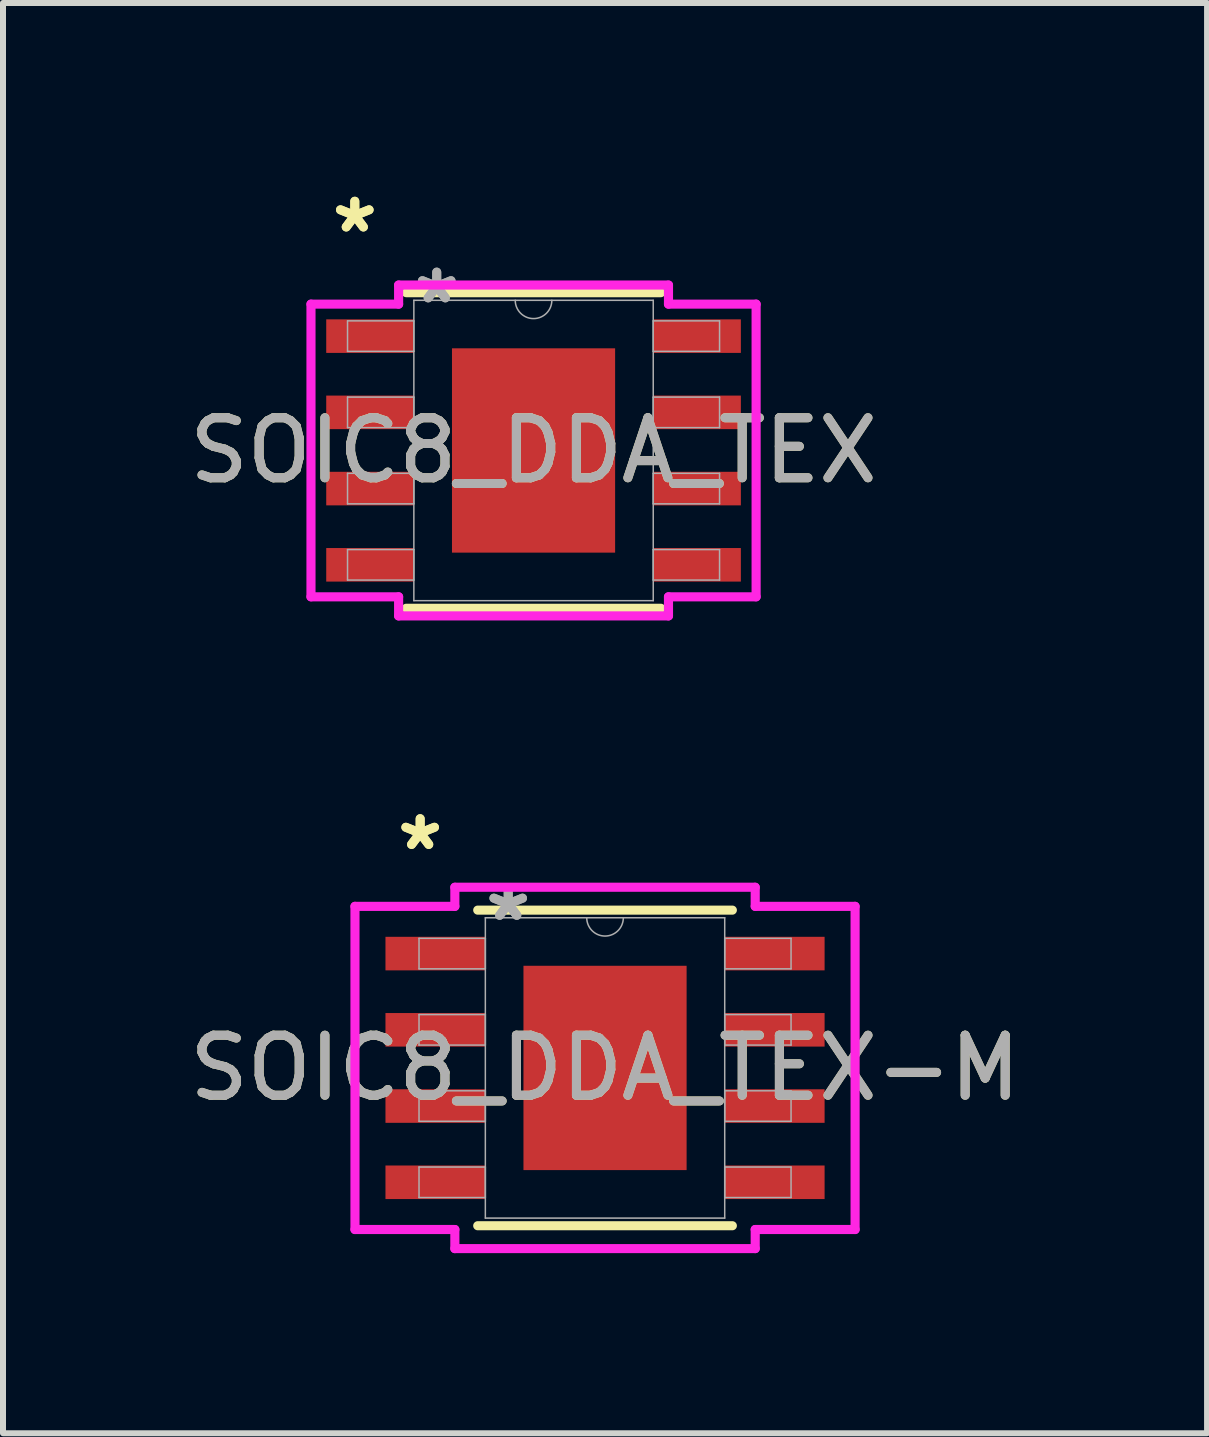
<source format=kicad_pcb>
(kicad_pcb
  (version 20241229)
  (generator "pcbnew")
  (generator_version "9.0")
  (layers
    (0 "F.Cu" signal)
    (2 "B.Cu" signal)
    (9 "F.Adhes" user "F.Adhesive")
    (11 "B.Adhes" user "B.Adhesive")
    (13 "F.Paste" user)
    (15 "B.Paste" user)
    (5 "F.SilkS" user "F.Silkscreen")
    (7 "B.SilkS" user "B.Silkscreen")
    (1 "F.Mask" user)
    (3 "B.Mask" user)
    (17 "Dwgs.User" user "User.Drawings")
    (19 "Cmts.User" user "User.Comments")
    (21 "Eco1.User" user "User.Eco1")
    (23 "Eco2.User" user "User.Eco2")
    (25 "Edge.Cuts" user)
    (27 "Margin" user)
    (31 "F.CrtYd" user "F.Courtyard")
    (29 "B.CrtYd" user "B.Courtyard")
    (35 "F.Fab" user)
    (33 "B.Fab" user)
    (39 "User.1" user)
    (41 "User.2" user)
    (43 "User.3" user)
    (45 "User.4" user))
  (footprint "SOIC8_DDA_TEX-M"
    (layer "F.Cu")
    (at 7.03 14.742)
    (property "Reference" "SOIC8_DDA_TEX-M" (at 0 0 0) (unlocked yes) (layer "F.SilkS") (effects (font (size 1 1) (thickness 0.15))))
    (attr smd)
    (fp_line (start -2.121 2.629) (end 2.121 2.629) (stroke (width 0.152) (type solid)) (layer "F.SilkS"))
    (fp_line (start 2.121 -2.629) (end -2.121 -2.629) (stroke (width 0.152) (type solid)) (layer "F.SilkS"))
    (fp_poly (pts (xy -1.259 -1.602) (xy -1.259 -0.1) (xy -0.1 -0.1) (xy -0.1 -1.602)) (stroke (width 0) (type solid)) (fill yes) (layer "F.Paste"))
    (fp_poly (pts (xy -1.259 0.1) (xy -1.259 1.602) (xy -0.1 1.602) (xy -0.1 0.1)) (stroke (width 0) (type solid)) (fill yes) (layer "F.Paste"))
    (fp_poly (pts (xy 0.1 -1.602) (xy 0.1 -0.1) (xy 1.259 -0.1) (xy 1.259 -1.602)) (stroke (width 0) (type solid)) (fill yes) (layer "F.Paste"))
    (fp_poly (pts (xy 0.1 0.1) (xy 0.1 1.602) (xy 1.259 1.602) (xy 1.259 0.1)) (stroke (width 0) (type solid)) (fill yes) (layer "F.Paste"))
    (fp_line (start -4.166 -2.692) (end -2.502 -2.692) (stroke (width 0.152) (type solid)) (layer "F.CrtYd"))
    (fp_line (start -4.166 2.692) (end -4.166 -2.692) (stroke (width 0.152) (type solid)) (layer "F.CrtYd"))
    (fp_line (start -4.166 2.692) (end -2.502 2.692) (stroke (width 0.152) (type solid)) (layer "F.CrtYd"))
    (fp_line (start -2.502 -3.01) (end 2.502 -3.01) (stroke (width 0.152) (type solid)) (layer "F.CrtYd"))
    (fp_line (start -2.502 -2.692) (end -2.502 -3.01) (stroke (width 0.152) (type solid)) (layer "F.CrtYd"))
    (fp_line (start -2.502 3.01) (end -2.502 2.692) (stroke (width 0.152) (type solid)) (layer "F.CrtYd"))
    (fp_line (start 2.502 -3.01) (end 2.502 -2.692) (stroke (width 0.152) (type solid)) (layer "F.CrtYd"))
    (fp_line (start 2.502 2.692) (end 2.502 3.01) (stroke (width 0.152) (type solid)) (layer "F.CrtYd"))
    (fp_line (start 2.502 3.01) (end -2.502 3.01) (stroke (width 0.152) (type solid)) (layer "F.CrtYd"))
    (fp_line (start 4.166 -2.692) (end 2.502 -2.692) (stroke (width 0.152) (type solid)) (layer "F.CrtYd"))
    (fp_line (start 4.166 -2.692) (end 4.166 2.692) (stroke (width 0.152) (type solid)) (layer "F.CrtYd"))
    (fp_line (start 4.166 2.692) (end 2.502 2.692) (stroke (width 0.152) (type solid)) (layer "F.CrtYd"))
    (fp_line (start -3.099 -2.159) (end -3.099 -1.651) (stroke (width 0.025) (type solid)) (layer "F.Fab"))
    (fp_line (start -3.099 -1.651) (end -1.994 -1.651) (stroke (width 0.025) (type solid)) (layer "F.Fab"))
    (fp_line (start -3.099 -0.889) (end -3.099 -0.381) (stroke (width 0.025) (type solid)) (layer "F.Fab"))
    (fp_line (start -3.099 -0.381) (end -1.994 -0.381) (stroke (width 0.025) (type solid)) (layer "F.Fab"))
    (fp_line (start -3.099 0.381) (end -3.099 0.889) (stroke (width 0.025) (type solid)) (layer "F.Fab"))
    (fp_line (start -3.099 0.889) (end -1.994 0.889) (stroke (width 0.025) (type solid)) (layer "F.Fab"))
    (fp_line (start -3.099 1.651) (end -3.099 2.159) (stroke (width 0.025) (type solid)) (layer "F.Fab"))
    (fp_line (start -3.099 2.159) (end -1.994 2.159) (stroke (width 0.025) (type solid)) (layer "F.Fab"))
    (fp_line (start -1.994 -2.502) (end -1.994 2.502) (stroke (width 0.025) (type solid)) (layer "F.Fab"))
    (fp_line (start -1.994 -2.159) (end -3.099 -2.159) (stroke (width 0.025) (type solid)) (layer "F.Fab"))
    (fp_line (start -1.994 -1.651) (end -1.994 -2.159) (stroke (width 0.025) (type solid)) (layer "F.Fab"))
    (fp_line (start -1.994 -0.889) (end -3.099 -0.889) (stroke (width 0.025) (type solid)) (layer "F.Fab"))
    (fp_line (start -1.994 -0.381) (end -1.994 -0.889) (stroke (width 0.025) (type solid)) (layer "F.Fab"))
    (fp_line (start -1.994 0.381) (end -3.099 0.381) (stroke (width 0.025) (type solid)) (layer "F.Fab"))
    (fp_line (start -1.994 0.889) (end -1.994 0.381) (stroke (width 0.025) (type solid)) (layer "F.Fab"))
    (fp_line (start -1.994 1.651) (end -3.099 1.651) (stroke (width 0.025) (type solid)) (layer "F.Fab"))
    (fp_line (start -1.994 2.159) (end -1.994 1.651) (stroke (width 0.025) (type solid)) (layer "F.Fab"))
    (fp_line (start -1.994 2.502) (end 1.994 2.502) (stroke (width 0.025) (type solid)) (layer "F.Fab"))
    (fp_line (start 1.994 -2.502) (end -1.994 -2.502) (stroke (width 0.025) (type solid)) (layer "F.Fab"))
    (fp_line (start 1.994 -2.159) (end 1.994 -1.651) (stroke (width 0.025) (type solid)) (layer "F.Fab"))
    (fp_line (start 1.994 -1.651) (end 3.099 -1.651) (stroke (width 0.025) (type solid)) (layer "F.Fab"))
    (fp_line (start 1.994 -0.889) (end 1.994 -0.381) (stroke (width 0.025) (type solid)) (layer "F.Fab"))
    (fp_line (start 1.994 -0.381) (end 3.099 -0.381) (stroke (width 0.025) (type solid)) (layer "F.Fab"))
    (fp_line (start 1.994 0.381) (end 1.994 0.889) (stroke (width 0.025) (type solid)) (layer "F.Fab"))
    (fp_line (start 1.994 0.889) (end 3.099 0.889) (stroke (width 0.025) (type solid)) (layer "F.Fab"))
    (fp_line (start 1.994 1.651) (end 1.994 2.159) (stroke (width 0.025) (type solid)) (layer "F.Fab"))
    (fp_line (start 1.994 2.159) (end 3.099 2.159) (stroke (width 0.025) (type solid)) (layer "F.Fab"))
    (fp_line (start 1.994 2.502) (end 1.994 -2.502) (stroke (width 0.025) (type solid)) (layer "F.Fab"))
    (fp_line (start 3.099 -2.159) (end 1.994 -2.159) (stroke (width 0.025) (type solid)) (layer "F.Fab"))
    (fp_line (start 3.099 -1.651) (end 3.099 -2.159) (stroke (width 0.025) (type solid)) (layer "F.Fab"))
    (fp_line (start 3.099 -0.889) (end 1.994 -0.889) (stroke (width 0.025) (type solid)) (layer "F.Fab"))
    (fp_line (start 3.099 -0.381) (end 3.099 -0.889) (stroke (width 0.025) (type solid)) (layer "F.Fab"))
    (fp_line (start 3.099 0.381) (end 1.994 0.381) (stroke (width 0.025) (type solid)) (layer "F.Fab"))
    (fp_line (start 3.099 0.889) (end 3.099 0.381) (stroke (width 0.025) (type solid)) (layer "F.Fab"))
    (fp_line (start 3.099 1.651) (end 1.994 1.651) (stroke (width 0.025) (type solid)) (layer "F.Fab"))
    (fp_line (start 3.099 2.159) (end 3.099 1.651) (stroke (width 0.025) (type solid)) (layer "F.Fab"))
    (fp_arc (start 0.3048 -2.5019) (mid 0 -2.1971) (end -0.3048 -2.5019) (stroke (width 0.0254) (type solid)) (layer "F.Fab"))
    (fp_text user "*" (at -3.08 -3.607 0) (unlocked yes) (layer "F.SilkS") (effects (font (size 1 1) (thickness 0.15))))
    (fp_text user "*" (at -3.08 -3.607 0) (layer "F.SilkS") (effects (font (size 1 1) (thickness 0.15))))
    (fp_text user "${REFERENCE}" (at 0 0 0) (unlocked yes) (layer "F.Fab") (effects (font (size 1 1) (thickness 0.15))))
    (fp_text user "*" (at -1.613 -2.426 0) (unlocked yes) (layer "F.Fab") (effects (font (size 1 1) (thickness 0.15))))
    (fp_text user "*" (at -1.613 -2.426 0) (layer "F.Fab") (effects (font (size 1 1) (thickness 0.15))))
    (pad "1" smd rect (at -2.826 -1.905) (size 1.664 0.559) (layers "F.Cu" "F.Mask" "F.Paste"))
    (pad "2" smd rect (at -2.826 -0.635) (size 1.664 0.559) (layers "F.Cu" "F.Mask" "F.Paste"))
    (pad "3" smd rect (at -2.826 0.635) (size 1.664 0.559) (layers "F.Cu" "F.Mask" "F.Paste"))
    (pad "4" smd rect (at -2.826 1.905) (size 1.664 0.559) (layers "F.Cu" "F.Mask" "F.Paste"))
    (pad "5" smd rect (at 2.826 1.905) (size 1.664 0.559) (layers "F.Cu" "F.Mask" "F.Paste"))
    (pad "6" smd rect (at 2.826 0.635) (size 1.664 0.559) (layers "F.Cu" "F.Mask" "F.Paste"))
    (pad "7" smd rect (at 2.826 -0.635) (size 1.664 0.559) (layers "F.Cu" "F.Mask" "F.Paste"))
    (pad "8" smd rect (at 2.826 -1.905) (size 1.664 0.559) (layers "F.Cu" "F.Mask" "F.Paste"))
    (pad "EPAD" smd rect (at 0 0) (size 2.718 3.404) (layers "F.Cu" "F.Mask")))
  (footprint "SOIC8_DDA_TEX"
    (layer "F.Cu")
    (at 5.839 4.455)
    (property "Reference" "SOIC8_DDA_TEX" (at 0 0 0) (unlocked yes) (layer "F.SilkS") (effects (font (size 1 1) (thickness 0.15))))
    (attr smd)
    (fp_line (start -2.121 2.629) (end 2.121 2.629) (stroke (width 0.152) (type solid)) (layer "F.SilkS"))
    (fp_line (start 2.121 -2.629) (end -2.121 -2.629) (stroke (width 0.152) (type solid)) (layer "F.SilkS"))
    (fp_poly (pts (xy -1.259 -1.602) (xy -1.259 -0.1) (xy -0.1 -0.1) (xy -0.1 -1.602)) (stroke (width 0) (type solid)) (fill yes) (layer "F.Paste"))
    (fp_poly (pts (xy -1.259 0.1) (xy -1.259 1.602) (xy -0.1 1.602) (xy -0.1 0.1)) (stroke (width 0) (type solid)) (fill yes) (layer "F.Paste"))
    (fp_poly (pts (xy 0.1 -1.602) (xy 0.1 -0.1) (xy 1.259 -0.1) (xy 1.259 -1.602)) (stroke (width 0) (type solid)) (fill yes) (layer "F.Paste"))
    (fp_poly (pts (xy 0.1 0.1) (xy 0.1 1.602) (xy 1.259 1.602) (xy 1.259 0.1)) (stroke (width 0) (type solid)) (fill yes) (layer "F.Paste"))
    (fp_line (start -3.708 -2.438) (end -2.248 -2.438) (stroke (width 0.152) (type solid)) (layer "F.CrtYd"))
    (fp_line (start -3.708 2.438) (end -3.708 -2.438) (stroke (width 0.152) (type solid)) (layer "F.CrtYd"))
    (fp_line (start -3.708 2.438) (end -2.248 2.438) (stroke (width 0.152) (type solid)) (layer "F.CrtYd"))
    (fp_line (start -2.248 -2.756) (end 2.248 -2.756) (stroke (width 0.152) (type solid)) (layer "F.CrtYd"))
    (fp_line (start -2.248 -2.438) (end -2.248 -2.756) (stroke (width 0.152) (type solid)) (layer "F.CrtYd"))
    (fp_line (start -2.248 2.756) (end -2.248 2.438) (stroke (width 0.152) (type solid)) (layer "F.CrtYd"))
    (fp_line (start 2.248 -2.756) (end 2.248 -2.438) (stroke (width 0.152) (type solid)) (layer "F.CrtYd"))
    (fp_line (start 2.248 2.438) (end 2.248 2.756) (stroke (width 0.152) (type solid)) (layer "F.CrtYd"))
    (fp_line (start 2.248 2.756) (end -2.248 2.756) (stroke (width 0.152) (type solid)) (layer "F.CrtYd"))
    (fp_line (start 3.708 -2.438) (end 2.248 -2.438) (stroke (width 0.152) (type solid)) (layer "F.CrtYd"))
    (fp_line (start 3.708 -2.438) (end 3.708 2.438) (stroke (width 0.152) (type solid)) (layer "F.CrtYd"))
    (fp_line (start 3.708 2.438) (end 2.248 2.438) (stroke (width 0.152) (type solid)) (layer "F.CrtYd"))
    (fp_line (start -3.099 -2.159) (end -3.099 -1.651) (stroke (width 0.025) (type solid)) (layer "F.Fab"))
    (fp_line (start -3.099 -1.651) (end -1.994 -1.651) (stroke (width 0.025) (type solid)) (layer "F.Fab"))
    (fp_line (start -3.099 -0.889) (end -3.099 -0.381) (stroke (width 0.025) (type solid)) (layer "F.Fab"))
    (fp_line (start -3.099 -0.381) (end -1.994 -0.381) (stroke (width 0.025) (type solid)) (layer "F.Fab"))
    (fp_line (start -3.099 0.381) (end -3.099 0.889) (stroke (width 0.025) (type solid)) (layer "F.Fab"))
    (fp_line (start -3.099 0.889) (end -1.994 0.889) (stroke (width 0.025) (type solid)) (layer "F.Fab"))
    (fp_line (start -3.099 1.651) (end -3.099 2.159) (stroke (width 0.025) (type solid)) (layer "F.Fab"))
    (fp_line (start -3.099 2.159) (end -1.994 2.159) (stroke (width 0.025) (type solid)) (layer "F.Fab"))
    (fp_line (start -1.994 -2.502) (end -1.994 2.502) (stroke (width 0.025) (type solid)) (layer "F.Fab"))
    (fp_line (start -1.994 -2.159) (end -3.099 -2.159) (stroke (width 0.025) (type solid)) (layer "F.Fab"))
    (fp_line (start -1.994 -1.651) (end -1.994 -2.159) (stroke (width 0.025) (type solid)) (layer "F.Fab"))
    (fp_line (start -1.994 -0.889) (end -3.099 -0.889) (stroke (width 0.025) (type solid)) (layer "F.Fab"))
    (fp_line (start -1.994 -0.381) (end -1.994 -0.889) (stroke (width 0.025) (type solid)) (layer "F.Fab"))
    (fp_line (start -1.994 0.381) (end -3.099 0.381) (stroke (width 0.025) (type solid)) (layer "F.Fab"))
    (fp_line (start -1.994 0.889) (end -1.994 0.381) (stroke (width 0.025) (type solid)) (layer "F.Fab"))
    (fp_line (start -1.994 1.651) (end -3.099 1.651) (stroke (width 0.025) (type solid)) (layer "F.Fab"))
    (fp_line (start -1.994 2.159) (end -1.994 1.651) (stroke (width 0.025) (type solid)) (layer "F.Fab"))
    (fp_line (start -1.994 2.502) (end 1.994 2.502) (stroke (width 0.025) (type solid)) (layer "F.Fab"))
    (fp_line (start 1.994 -2.502) (end -1.994 -2.502) (stroke (width 0.025) (type solid)) (layer "F.Fab"))
    (fp_line (start 1.994 -2.159) (end 1.994 -1.651) (stroke (width 0.025) (type solid)) (layer "F.Fab"))
    (fp_line (start 1.994 -1.651) (end 3.099 -1.651) (stroke (width 0.025) (type solid)) (layer "F.Fab"))
    (fp_line (start 1.994 -0.889) (end 1.994 -0.381) (stroke (width 0.025) (type solid)) (layer "F.Fab"))
    (fp_line (start 1.994 -0.381) (end 3.099 -0.381) (stroke (width 0.025) (type solid)) (layer "F.Fab"))
    (fp_line (start 1.994 0.381) (end 1.994 0.889) (stroke (width 0.025) (type solid)) (layer "F.Fab"))
    (fp_line (start 1.994 0.889) (end 3.099 0.889) (stroke (width 0.025) (type solid)) (layer "F.Fab"))
    (fp_line (start 1.994 1.651) (end 1.994 2.159) (stroke (width 0.025) (type solid)) (layer "F.Fab"))
    (fp_line (start 1.994 2.159) (end 3.099 2.159) (stroke (width 0.025) (type solid)) (layer "F.Fab"))
    (fp_line (start 1.994 2.502) (end 1.994 -2.502) (stroke (width 0.025) (type solid)) (layer "F.Fab"))
    (fp_line (start 3.099 -2.159) (end 1.994 -2.159) (stroke (width 0.025) (type solid)) (layer "F.Fab"))
    (fp_line (start 3.099 -1.651) (end 3.099 -2.159) (stroke (width 0.025) (type solid)) (layer "F.Fab"))
    (fp_line (start 3.099 -0.889) (end 1.994 -0.889) (stroke (width 0.025) (type solid)) (layer "F.Fab"))
    (fp_line (start 3.099 -0.381) (end 3.099 -0.889) (stroke (width 0.025) (type solid)) (layer "F.Fab"))
    (fp_line (start 3.099 0.381) (end 1.994 0.381) (stroke (width 0.025) (type solid)) (layer "F.Fab"))
    (fp_line (start 3.099 0.889) (end 3.099 0.381) (stroke (width 0.025) (type solid)) (layer "F.Fab"))
    (fp_line (start 3.099 1.651) (end 1.994 1.651) (stroke (width 0.025) (type solid)) (layer "F.Fab"))
    (fp_line (start 3.099 2.159) (end 3.099 1.651) (stroke (width 0.025) (type solid)) (layer "F.Fab"))
    (fp_arc (start 0.3048 -2.5019) (mid 0 -2.1971) (end -0.3048 -2.5019) (stroke (width 0.0254) (type solid)) (layer "F.Fab"))
    (fp_text user "*" (at -2.978 -3.607 0) (unlocked yes) (layer "F.SilkS") (effects (font (size 1 1) (thickness 0.15))))
    (fp_text user "*" (at -2.978 -3.607 0) (layer "F.SilkS") (effects (font (size 1 1) (thickness 0.15))))
    (fp_text user "${REFERENCE}" (at 0 0 0) (unlocked yes) (layer "F.Fab") (effects (font (size 1 1) (thickness 0.15))))
    (fp_text user "*" (at -1.613 -2.426 0) (layer "F.Fab") (effects (font (size 1 1) (thickness 0.15))))
    (fp_text user "*" (at -1.613 -2.426 0) (unlocked yes) (layer "F.Fab") (effects (font (size 1 1) (thickness 0.15))))
    (pad "1" smd rect (at -2.724 -1.905) (size 1.46 0.559) (layers "F.Cu" "F.Mask" "F.Paste"))
    (pad "2" smd rect (at -2.724 -0.635) (size 1.46 0.559) (layers "F.Cu" "F.Mask" "F.Paste"))
    (pad "3" smd rect (at -2.724 0.635) (size 1.46 0.559) (layers "F.Cu" "F.Mask" "F.Paste"))
    (pad "4" smd rect (at -2.724 1.905) (size 1.46 0.559) (layers "F.Cu" "F.Mask" "F.Paste"))
    (pad "5" smd rect (at 2.724 1.905) (size 1.46 0.559) (layers "F.Cu" "F.Mask" "F.Paste"))
    (pad "6" smd rect (at 2.724 0.635) (size 1.46 0.559) (layers "F.Cu" "F.Mask" "F.Paste"))
    (pad "7" smd rect (at 2.724 -0.635) (size 1.46 0.559) (layers "F.Cu" "F.Mask" "F.Paste"))
    (pad "8" smd rect (at 2.724 -1.905) (size 1.46 0.559) (layers "F.Cu" "F.Mask" "F.Paste"))
    (pad "9" smd rect (at 0 0) (size 2.718 3.404) (layers "F.Cu" "F.Mask")))
  (gr_rect
    (start -3 -3)
    (end 17.06 20.828)
    (stroke (width 0.1) (type default))
    (fill no)
    (layer "Edge.Cuts")))
</source>
